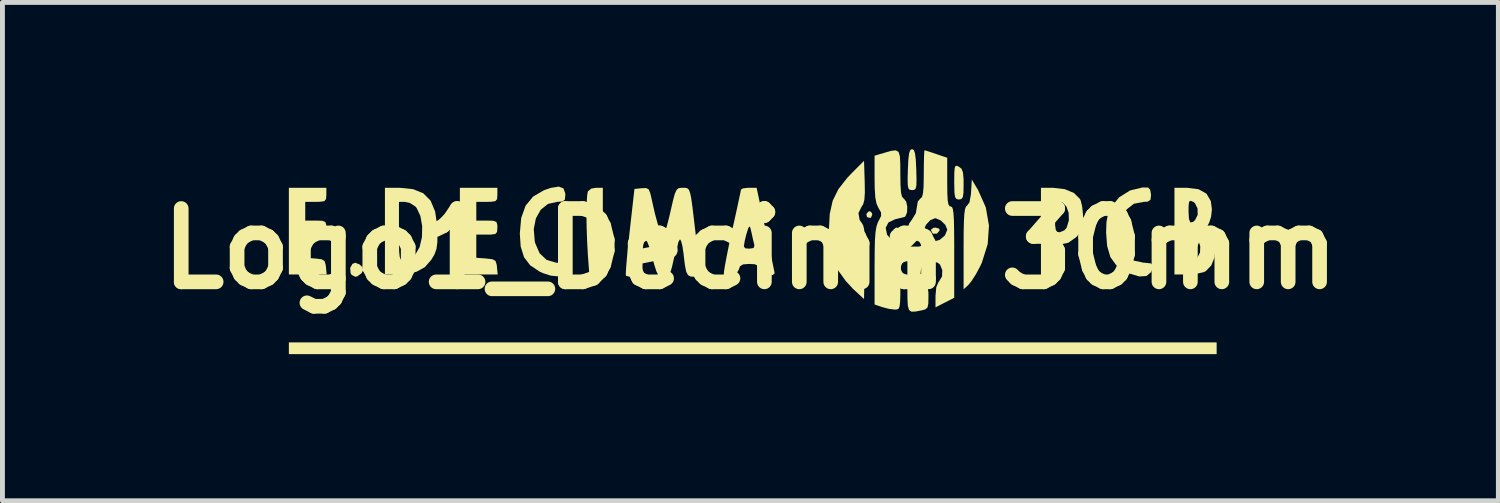
<source format=kicad_pcb>
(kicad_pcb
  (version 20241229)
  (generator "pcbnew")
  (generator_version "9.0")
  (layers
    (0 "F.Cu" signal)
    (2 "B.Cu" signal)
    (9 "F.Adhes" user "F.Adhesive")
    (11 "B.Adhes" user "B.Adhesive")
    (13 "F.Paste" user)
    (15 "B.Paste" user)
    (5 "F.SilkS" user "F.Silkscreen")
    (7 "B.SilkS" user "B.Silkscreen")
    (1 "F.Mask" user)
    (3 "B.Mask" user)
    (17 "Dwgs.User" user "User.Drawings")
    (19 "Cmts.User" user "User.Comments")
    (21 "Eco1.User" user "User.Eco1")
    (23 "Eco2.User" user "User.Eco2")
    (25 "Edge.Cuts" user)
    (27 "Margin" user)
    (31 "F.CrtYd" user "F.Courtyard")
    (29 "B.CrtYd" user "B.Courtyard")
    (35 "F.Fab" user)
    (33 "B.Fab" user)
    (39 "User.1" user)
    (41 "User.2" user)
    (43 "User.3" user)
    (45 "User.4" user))
  (footprint "Logo1_Decima 30mm"
    (layer "F.Cu")
    (at 12.3 2.037)
    (property "Reference" "Logo1_Decima 30mm" (at 0 0 0) (layer "F.SilkS") (effects (font (size 1.5 1.5) (thickness 0.3))))
    (attr board_only exclude_from_pos_files exclude_from_bom)
    (fp_poly (pts (xy 3.771 0.459) (xy 3.762 0.517) (xy 3.699 0.564) (xy 3.65 0.543) (xy 3.642 0.507) (xy 3.681 0.441) (xy 3.718 0.431)) (stroke (width 0) (type solid)) (fill yes) (layer "F.SilkS"))
    (fp_poly (pts (xy 2.487 -0.728) (xy 2.492 -0.695) (xy 2.463 -0.629) (xy 2.396 -0.641) (xy 2.382 -0.654) (xy 2.372 -0.713) (xy 2.42 -0.762) (xy 2.447 -0.767)) (stroke (width 0) (type solid)) (fill yes) (layer "F.SilkS"))
    (fp_poly (pts (xy 3.059 -0.407) (xy 3.067 -0.386) (xy 3.035 -0.324) (xy 2.974 -0.309) (xy 2.954 -0.321) (xy 2.925 -0.39) (xy 2.976 -0.43) (xy 2.995 -0.431)) (stroke (width 0) (type solid)) (fill yes) (layer "F.SilkS"))
    (fp_poly (pts (xy 3.862 -0.409) (xy 3.871 -0.374) (xy 3.815 -0.308) (xy 3.741 -0.306) (xy 3.723 -0.318) (xy 3.691 -0.387) (xy 3.745 -0.427) (xy 3.79 -0.431)) (stroke (width 0) (type solid)) (fill yes) (layer "F.SilkS"))
    (fp_poly (pts (xy 9.537 2.037) (xy 9.537 2.157) (xy 0.048 2.157) (xy -9.441 2.157) (xy -9.441 2.037) (xy -9.441 1.917) (xy 0.048 1.917) (xy 9.537 1.917)) (stroke (width 0) (type solid)) (fill yes) (layer "F.SilkS"))
    (fp_poly (pts (xy -7.997 0.321) (xy -7.955 0.359) (xy -7.92 0.436) (xy -7.955 0.503) (xy -8.038 0.564) (xy -8.083 0.575) (xy -8.157 0.536) (xy -8.178 0.503) (xy -8.187 0.395) (xy -8.141 0.311) (xy -8.083 0.288)) (stroke (width 0) (type solid)) (fill yes) (layer "F.SilkS"))
    (fp_poly (pts (xy -3.019 -0.335) (xy -3.019 0.575) (xy -3.156 0.575) (xy -3.292 0.575) (xy -3.324 0.136) (xy -3.34 -0.149) (xy -3.35 -0.434) (xy -3.354 -0.698) (xy -3.35 -0.922) (xy -3.34 -1.087) (xy -3.326 -1.17) (xy -3.257 -1.229) (xy -3.158 -1.246) (xy -3.019 -1.246)) (stroke (width 0) (type solid)) (fill yes) (layer "F.SilkS"))
    (fp_poly (pts (xy 3.343 -2.018) (xy 3.367 -1.951) (xy 3.383 -1.819) (xy 3.393 -1.617) (xy 3.398 -1.416) (xy 3.395 -1.293) (xy 3.379 -1.227) (xy 3.348 -1.202) (xy 3.307 -1.198) (xy 3.259 -1.204) (xy 3.231 -1.234) (xy 3.218 -1.307) (xy 3.216 -1.442) (xy 3.221 -1.617) (xy 3.231 -1.826) (xy 3.247 -1.955) (xy 3.272 -2.02) (xy 3.307 -2.037)) (stroke (width 0) (type solid)) (fill yes) (layer "F.SilkS"))
    (fp_poly (pts (xy 4.235 -1.692) (xy 4.265 -1.677) (xy 4.319 -1.634) (xy 4.348 -1.559) (xy 4.36 -1.427) (xy 4.361 -1.316) (xy 4.358 -1.148) (xy 4.345 -1.055) (xy 4.314 -1.015) (xy 4.265 -1.006) (xy 4.216 -1.015) (xy 4.188 -1.053) (xy 4.174 -1.142) (xy 4.17 -1.3) (xy 4.169 -1.368) (xy 4.171 -1.55) (xy 4.179 -1.653) (xy 4.198 -1.695)) (stroke (width 0) (type solid)) (fill yes) (layer "F.SilkS"))
    (fp_poly (pts (xy 4.658 -1.198) (xy 4.815 -0.845) (xy 4.88 -0.474) (xy 4.854 -0.094) (xy 4.735 0.284) (xy 4.702 0.356) (xy 4.613 0.522) (xy 4.523 0.662) (xy 4.458 0.742) (xy 4.361 0.83) (xy 4.361 -0.011) (xy 4.362 -0.324) (xy 4.367 -0.552) (xy 4.376 -0.71) (xy 4.39 -0.809) (xy 4.41 -0.862) (xy 4.43 -0.879) (xy 4.481 -0.948) (xy 4.51 -1.107) (xy 4.514 -1.16) (xy 4.529 -1.414)) (stroke (width 0) (type solid)) (fill yes) (layer "F.SilkS"))
    (fp_poly (pts (xy 2.338 -1.372) (xy 2.341 -1.148) (xy 2.331 -1) (xy 2.306 -0.907) (xy 2.278 -0.865) (xy 2.21 -0.729) (xy 2.234 -0.588) (xy 2.278 -0.526) (xy 2.306 -0.478) (xy 2.326 -0.4) (xy 2.337 -0.275) (xy 2.341 -0.091) (xy 2.34 0.169) (xy 2.338 0.293) (xy 2.324 1.03) (xy 2.098 0.821) (xy 1.947 0.657) (xy 1.805 0.459) (xy 1.738 0.342) (xy 1.674 0.199) (xy 1.634 0.07) (xy 1.613 -0.078) (xy 1.606 -0.275) (xy 1.605 -0.383) (xy 1.623 -0.713) (xy 1.683 -0.981) (xy 1.799 -1.217) (xy 1.981 -1.449) (xy 2.085 -1.558) (xy 2.324 -1.797)) (stroke (width 0) (type solid)) (fill yes) (layer "F.SilkS"))
    (fp_poly (pts (xy -8.674 -1.102) (xy -8.681 -1.014) (xy -8.717 -0.972) (xy -8.809 -0.959) (xy -8.89 -0.958) (xy -9.106 -0.958) (xy -9.106 -0.767) (xy -9.106 -0.575) (xy -8.89 -0.575) (xy -8.757 -0.571) (xy -8.695 -0.547) (xy -8.676 -0.486) (xy -8.674 -0.431) (xy -8.681 -0.343) (xy -8.717 -0.301) (xy -8.809 -0.288) (xy -8.89 -0.288) (xy -9.106 -0.288) (xy -9.106 -0.051) (xy -9.106 0.186) (xy -8.902 0.201) (xy -8.773 0.216) (xy -8.711 0.252) (xy -8.688 0.331) (xy -8.683 0.371) (xy -8.668 0.527) (xy -9.055 0.527) (xy -9.441 0.527) (xy -9.441 -0.359) (xy -9.441 -1.246) (xy -9.058 -1.246) (xy -8.674 -1.246)) (stroke (width 0) (type solid)) (fill yes) (layer "F.SilkS"))
    (fp_poly (pts (xy -5.176 -1.102) (xy -5.182 -1.014) (xy -5.218 -0.972) (xy -5.31 -0.959) (xy -5.392 -0.958) (xy -5.607 -0.958) (xy -5.607 -0.767) (xy -5.607 -0.575) (xy -5.392 -0.575) (xy -5.259 -0.571) (xy -5.196 -0.547) (xy -5.177 -0.486) (xy -5.176 -0.431) (xy -5.182 -0.343) (xy -5.218 -0.301) (xy -5.31 -0.288) (xy -5.392 -0.288) (xy -5.607 -0.288) (xy -5.607 -0.051) (xy -5.607 0.186) (xy -5.403 0.201) (xy -5.275 0.216) (xy -5.213 0.252) (xy -5.189 0.331) (xy -5.185 0.371) (xy -5.17 0.527) (xy -5.556 0.527) (xy -5.943 0.527) (xy -5.943 -0.359) (xy -5.943 -1.246) (xy -5.559 -1.246) (xy -5.176 -1.246)) (stroke (width 0) (type solid)) (fill yes) (layer "F.SilkS"))
    (fp_poly (pts (xy -3.824 -1.233) (xy -3.787 -1.13) (xy -3.786 -1.097) (xy -3.796 -1.003) (xy -3.846 -0.965) (xy -3.951 -0.958) (xy -4.14 -0.916) (xy -4.288 -0.798) (xy -4.388 -0.621) (xy -4.432 -0.4) (xy -4.411 -0.15) (xy -4.404 -0.118) (xy -4.312 0.094) (xy -4.168 0.23) (xy -3.977 0.286) (xy -3.944 0.288) (xy -3.834 0.295) (xy -3.793 0.333) (xy -3.795 0.419) (xy -3.825 0.517) (xy -3.906 0.558) (xy -3.954 0.565) (xy -4.085 0.551) (xy -4.246 0.499) (xy -4.312 0.469) (xy -4.506 0.339) (xy -4.631 0.174) (xy -4.699 -0.044) (xy -4.717 -0.31) (xy -4.688 -0.63) (xy -4.599 -0.879) (xy -4.446 -1.065) (xy -4.223 -1.196) (xy -4.082 -1.244) (xy -3.919 -1.27)) (stroke (width 0) (type solid)) (fill yes) (layer "F.SilkS"))
    (fp_poly (pts (xy 8.135 -1.251) (xy 8.178 -1.205) (xy 8.195 -1.102) (xy 8.184 -1.001) (xy 8.129 -0.963) (xy 8.048 -0.958) (xy 7.844 -0.919) (xy 7.696 -0.803) (xy 7.605 -0.611) (xy 7.572 -0.347) (xy 7.572 -0.335) (xy 7.601 -0.068) (xy 7.69 0.125) (xy 7.838 0.243) (xy 8.046 0.287) (xy 8.072 0.288) (xy 8.197 0.302) (xy 8.239 0.355) (xy 8.205 0.461) (xy 8.193 0.482) (xy 8.102 0.559) (xy 7.954 0.568) (xy 7.759 0.51) (xy 7.663 0.465) (xy 7.483 0.338) (xy 7.363 0.171) (xy 7.297 -0.054) (xy 7.276 -0.328) (xy 7.283 -0.544) (xy 7.314 -0.704) (xy 7.377 -0.846) (xy 7.38 -0.852) (xy 7.545 -1.053) (xy 7.766 -1.191) (xy 8.018 -1.252)) (stroke (width 0) (type solid)) (fill yes) (layer "F.SilkS"))
    (fp_poly (pts (xy 6.429 -1.218) (xy 6.619 -1.139) (xy 6.741 -1.017) (xy 6.759 -0.977) (xy 6.787 -0.857) (xy 6.803 -0.692) (xy 6.805 -0.616) (xy 6.795 -0.453) (xy 6.753 -0.341) (xy 6.665 -0.236) (xy 6.502 -0.121) (xy 6.378 -0.096) (xy 6.23 -0.096) (xy 6.23 0.24) (xy 6.23 0.575) (xy 6.086 0.575) (xy 5.943 0.575) (xy 5.943 -0.335) (xy 5.943 -0.647) (xy 6.23 -0.647) (xy 6.233 -0.478) (xy 6.247 -0.384) (xy 6.277 -0.344) (xy 6.324 -0.335) (xy 6.421 -0.374) (xy 6.468 -0.428) (xy 6.514 -0.578) (xy 6.51 -0.732) (xy 6.464 -0.863) (xy 6.382 -0.945) (xy 6.324 -0.958) (xy 6.273 -0.948) (xy 6.245 -0.904) (xy 6.233 -0.804) (xy 6.23 -0.647) (xy 5.943 -0.647) (xy 5.943 -1.246) (xy 6.185 -1.246)) (stroke (width 0) (type solid)) (fill yes) (layer "F.SilkS"))
    (fp_poly (pts (xy -7.177 -1.246) (xy -6.901 -1.218) (xy -6.691 -1.133) (xy -6.542 -0.982) (xy -6.449 -0.76) (xy -6.406 -0.462) (xy -6.401 -0.332) (xy -6.404 -0.133) (xy -6.422 0.005) (xy -6.462 0.116) (xy -6.529 0.229) (xy -6.66 0.378) (xy -6.83 0.472) (xy -7.056 0.519) (xy -7.249 0.527) (xy -7.476 0.527) (xy -7.476 -0.359) (xy -7.189 -0.359) (xy -7.188 -0.111) (xy -7.185 0.057) (xy -7.175 0.16) (xy -7.157 0.215) (xy -7.127 0.236) (xy -7.082 0.24) (xy -7.077 0.24) (xy -6.967 0.206) (xy -6.858 0.124) (xy -6.856 0.123) (xy -6.767 -0.031) (xy -6.719 -0.236) (xy -6.714 -0.46) (xy -6.751 -0.67) (xy -6.829 -0.835) (xy -6.856 -0.865) (xy -6.97 -0.937) (xy -7.069 -0.958) (xy -7.189 -0.958) (xy -7.189 -0.359) (xy -7.476 -0.359) (xy -7.476 -1.246)) (stroke (width 0) (type solid)) (fill yes) (layer "F.SilkS"))
    (fp_poly (pts (xy 0.308 -0.395) (xy 0.367 -0.121) (xy 0.418 0.123) (xy 0.459 0.318) (xy 0.486 0.451) (xy 0.496 0.503) (xy 0.46 0.537) (xy 0.363 0.551) (xy 0.362 0.551) (xy 0.252 0.532) (xy 0.199 0.459) (xy 0.192 0.431) (xy 0.159 0.352) (xy 0.089 0.318) (xy -0.024 0.312) (xy -0.15 0.321) (xy -0.213 0.36) (xy -0.239 0.431) (xy -0.299 0.533) (xy -0.393 0.566) (xy -0.495 0.563) (xy -0.543 0.54) (xy -0.542 0.482) (xy -0.521 0.346) (xy -0.484 0.149) (xy -0.444 -0.05) (xy -0.134 -0.05) (xy -0.107 -0.008) (xy -0.025 0) (xy 0.066 -0.014) (xy 0.082 -0.068) (xy 0.079 -0.084) (xy 0.053 -0.188) (xy 0.023 -0.326) (xy 0.021 -0.335) (xy -0.004 -0.437) (xy -0.025 -0.454) (xy -0.048 -0.407) (xy -0.084 -0.291) (xy -0.117 -0.156) (xy -0.134 -0.05) (xy -0.444 -0.05) (xy -0.435 -0.095) (xy -0.382 -0.338) (xy -0.321 -0.609) (xy -0.269 -0.847) (xy -0.228 -1.038) (xy -0.201 -1.164) (xy -0.193 -1.21) (xy -0.15 -1.234) (xy -0.047 -1.246) (xy -0.032 -1.246) (xy 0.127 -1.246)) (stroke (width 0) (type solid)) (fill yes) (layer "F.SilkS"))
    (fp_poly (pts (xy 9.167 -1.216) (xy 9.329 -1.126) (xy 9.418 -0.974) (xy 9.44 -0.805) (xy 9.424 -0.655) (xy 9.385 -0.534) (xy 9.372 -0.511) (xy 9.332 -0.435) (xy 9.362 -0.368) (xy 9.391 -0.338) (xy 9.48 -0.192) (xy 9.513 -0.011) (xy 9.494 0.177) (xy 9.427 0.343) (xy 9.316 0.458) (xy 9.273 0.48) (xy 9.148 0.508) (xy 8.982 0.525) (xy 8.911 0.527) (xy 8.674 0.527) (xy 8.674 0) (xy 8.962 0) (xy 8.977 0.165) (xy 9.021 0.239) (xy 9.096 0.223) (xy 9.144 0.182) (xy 9.197 0.079) (xy 9.202 -0.047) (xy 9.164 -0.162) (xy 9.092 -0.232) (xy 9.053 -0.24) (xy 8.998 -0.225) (xy 8.971 -0.167) (xy 8.962 -0.042) (xy 8.962 0) (xy 8.674 0) (xy 8.674 -0.359) (xy 8.674 -0.768) (xy 8.962 -0.768) (xy 8.97 -0.61) (xy 8.998 -0.538) (xy 9.051 -0.546) (xy 9.096 -0.585) (xy 9.149 -0.692) (xy 9.146 -0.823) (xy 9.093 -0.931) (xy 9.058 -0.958) (xy 9.001 -0.981) (xy 8.973 -0.959) (xy 8.963 -0.872) (xy 8.962 -0.768) (xy 8.674 -0.768) (xy 8.674 -1.246) (xy 8.931 -1.246)) (stroke (width 0) (type solid)) (fill yes) (layer "F.SilkS"))
    (fp_poly (pts (xy -1.332 -1.246) (xy -1.291 -1.237) (xy -1.26 -1.207) (xy -1.234 -1.143) (xy -1.211 -1.033) (xy -1.187 -0.863) (xy -1.158 -0.621) (xy -1.127 -0.359) (xy -1.097 -0.105) (xy -1.067 0.126) (xy -1.043 0.31) (xy -1.025 0.427) (xy -1.022 0.443) (xy -1.013 0.535) (xy -1.055 0.57) (xy -1.141 0.575) (xy -1.223 0.569) (xy -1.277 0.54) (xy -1.313 0.471) (xy -1.339 0.343) (xy -1.364 0.139) (xy -1.367 0.108) (xy -1.39 -0.047) (xy -1.417 -0.155) (xy -1.44 -0.192) (xy -1.468 -0.148) (xy -1.507 -0.033) (xy -1.55 0.133) (xy -1.563 0.192) (xy -1.606 0.381) (xy -1.641 0.495) (xy -1.678 0.552) (xy -1.728 0.573) (xy -1.774 0.575) (xy -1.837 0.569) (xy -1.883 0.539) (xy -1.922 0.466) (xy -1.965 0.334) (xy -2.011 0.162) (xy -2.071 -0.043) (xy -2.118 -0.156) (xy -2.156 -0.176) (xy -2.187 -0.102) (xy -2.214 0.066) (xy -2.231 0.225) (xy -2.25 0.405) (xy -2.27 0.509) (xy -2.301 0.559) (xy -2.352 0.574) (xy -2.394 0.575) (xy -2.498 0.568) (xy -2.547 0.552) (xy -2.549 0.5) (xy -2.541 0.368) (xy -2.524 0.171) (xy -2.5 -0.075) (xy -2.471 -0.346) (xy -2.372 -1.222) (xy -2.22 -1.237) (xy -2.135 -1.24) (xy -2.083 -1.216) (xy -2.05 -1.142) (xy -2.016 -0.998) (xy -2.012 -0.976) (xy -1.952 -0.713) (xy -1.894 -0.5) (xy -1.841 -0.349) (xy -1.798 -0.272) (xy -1.775 -0.27) (xy -1.748 -0.332) (xy -1.708 -0.466) (xy -1.661 -0.648) (xy -1.631 -0.779) (xy -1.582 -0.991) (xy -1.545 -1.127) (xy -1.51 -1.203) (xy -1.47 -1.237) (xy -1.414 -1.246) (xy -1.387 -1.246)) (stroke (width 0) (type solid)) (fill yes) (layer "F.SilkS"))
    (fp_poly (pts (xy 3.612 -1.999) (xy 3.723 -1.963) (xy 3.801 -1.936) (xy 4.026 -1.86) (xy 4.026 -1.361) (xy 4.028 -1.133) (xy 4.036 -0.984) (xy 4.052 -0.901) (xy 4.079 -0.866) (xy 4.098 -0.863) (xy 4.123 -0.851) (xy 4.141 -0.808) (xy 4.154 -0.721) (xy 4.163 -0.579) (xy 4.167 -0.371) (xy 4.169 -0.083) (xy 4.169 0.071) (xy 4.169 1.004) (xy 3.978 1.102) (xy 3.786 1.2) (xy 3.786 0.965) (xy 3.803 0.784) (xy 3.851 0.677) (xy 3.858 0.671) (xy 3.92 0.568) (xy 3.925 0.438) (xy 3.878 0.325) (xy 3.832 0.287) (xy 3.693 0.256) (xy 3.571 0.302) (xy 3.491 0.405) (xy 3.477 0.544) (xy 3.482 0.564) (xy 3.532 0.657) (xy 3.575 0.69) (xy 3.62 0.751) (xy 3.641 0.895) (xy 3.642 0.975) (xy 3.639 1.125) (xy 3.621 1.206) (xy 3.573 1.244) (xy 3.493 1.264) (xy 3.371 1.287) (xy 3.291 1.288) (xy 3.244 1.253) (xy 3.22 1.166) (xy 3.212 1.014) (xy 3.211 0.781) (xy 3.211 0.77) (xy 3.211 0.247) (xy 3.415 0.052) (xy 3.58 -0.081) (xy 3.716 -0.141) (xy 3.743 -0.143) (xy 3.873 -0.181) (xy 3.979 -0.271) (xy 4.026 -0.385) (xy 4.026 -0.392) (xy 3.987 -0.487) (xy 3.896 -0.576) (xy 3.792 -0.622) (xy 3.778 -0.623) (xy 3.681 -0.584) (xy 3.593 -0.491) (xy 3.547 -0.384) (xy 3.546 -0.37) (xy 3.513 -0.299) (xy 3.426 -0.19) (xy 3.307 -0.067) (xy 3.067 0.157) (xy 3.067 0.701) (xy 3.067 0.936) (xy 3.062 1.091) (xy 3.051 1.183) (xy 3.03 1.229) (xy 2.994 1.244) (xy 2.955 1.246) (xy 2.828 1.23) (xy 2.691 1.193) (xy 2.54 1.141) (xy 2.54 0.359) (xy 2.542 0.053) (xy 2.547 -0.173) (xy 2.559 -0.335) (xy 2.577 -0.448) (xy 2.603 -0.53) (xy 2.621 -0.565) (xy 2.673 -0.668) (xy 2.672 -0.742) (xy 2.621 -0.831) (xy 2.58 -0.919) (xy 2.555 -1.046) (xy 2.543 -1.231) (xy 2.54 -1.428) (xy 2.54 -1.902) (xy 2.725 -1.957) (xy 2.875 -2) (xy 2.973 -2.012) (xy 3.03 -1.98) (xy 3.058 -1.89) (xy 3.066 -1.729) (xy 3.067 -1.532) (xy 3.07 -1.303) (xy 3.08 -1.153) (xy 3.1 -1.067) (xy 3.132 -1.027) (xy 3.139 -1.024) (xy 3.187 -0.963) (xy 3.209 -0.855) (xy 3.204 -0.741) (xy 3.17 -0.661) (xy 3.151 -0.649) (xy 3.061 -0.626) (xy 2.961 -0.602) (xy 2.824 -0.537) (xy 2.767 -0.426) (xy 2.796 -0.285) (xy 2.889 -0.179) (xy 3.005 -0.147) (xy 3.115 -0.183) (xy 3.192 -0.281) (xy 3.211 -0.382) (xy 3.246 -0.513) (xy 3.307 -0.599) (xy 3.384 -0.726) (xy 3.403 -0.841) (xy 3.424 -0.966) (xy 3.475 -1.024) (xy 3.509 -1.056) (xy 3.53 -1.132) (xy 3.542 -1.269) (xy 3.546 -1.482) (xy 3.546 -1.532) (xy 3.548 -1.734) (xy 3.552 -1.894) (xy 3.557 -1.992) (xy 3.562 -2.013)) (stroke (width 0) (type solid)) (fill yes) (layer "F.SilkS")))
  (gr_rect
    (start -3 -3)
    (end 27.6 7.193)
    (stroke (width 0.1) (type default))
    (fill no)
    (layer "Edge.Cuts")))
</source>
